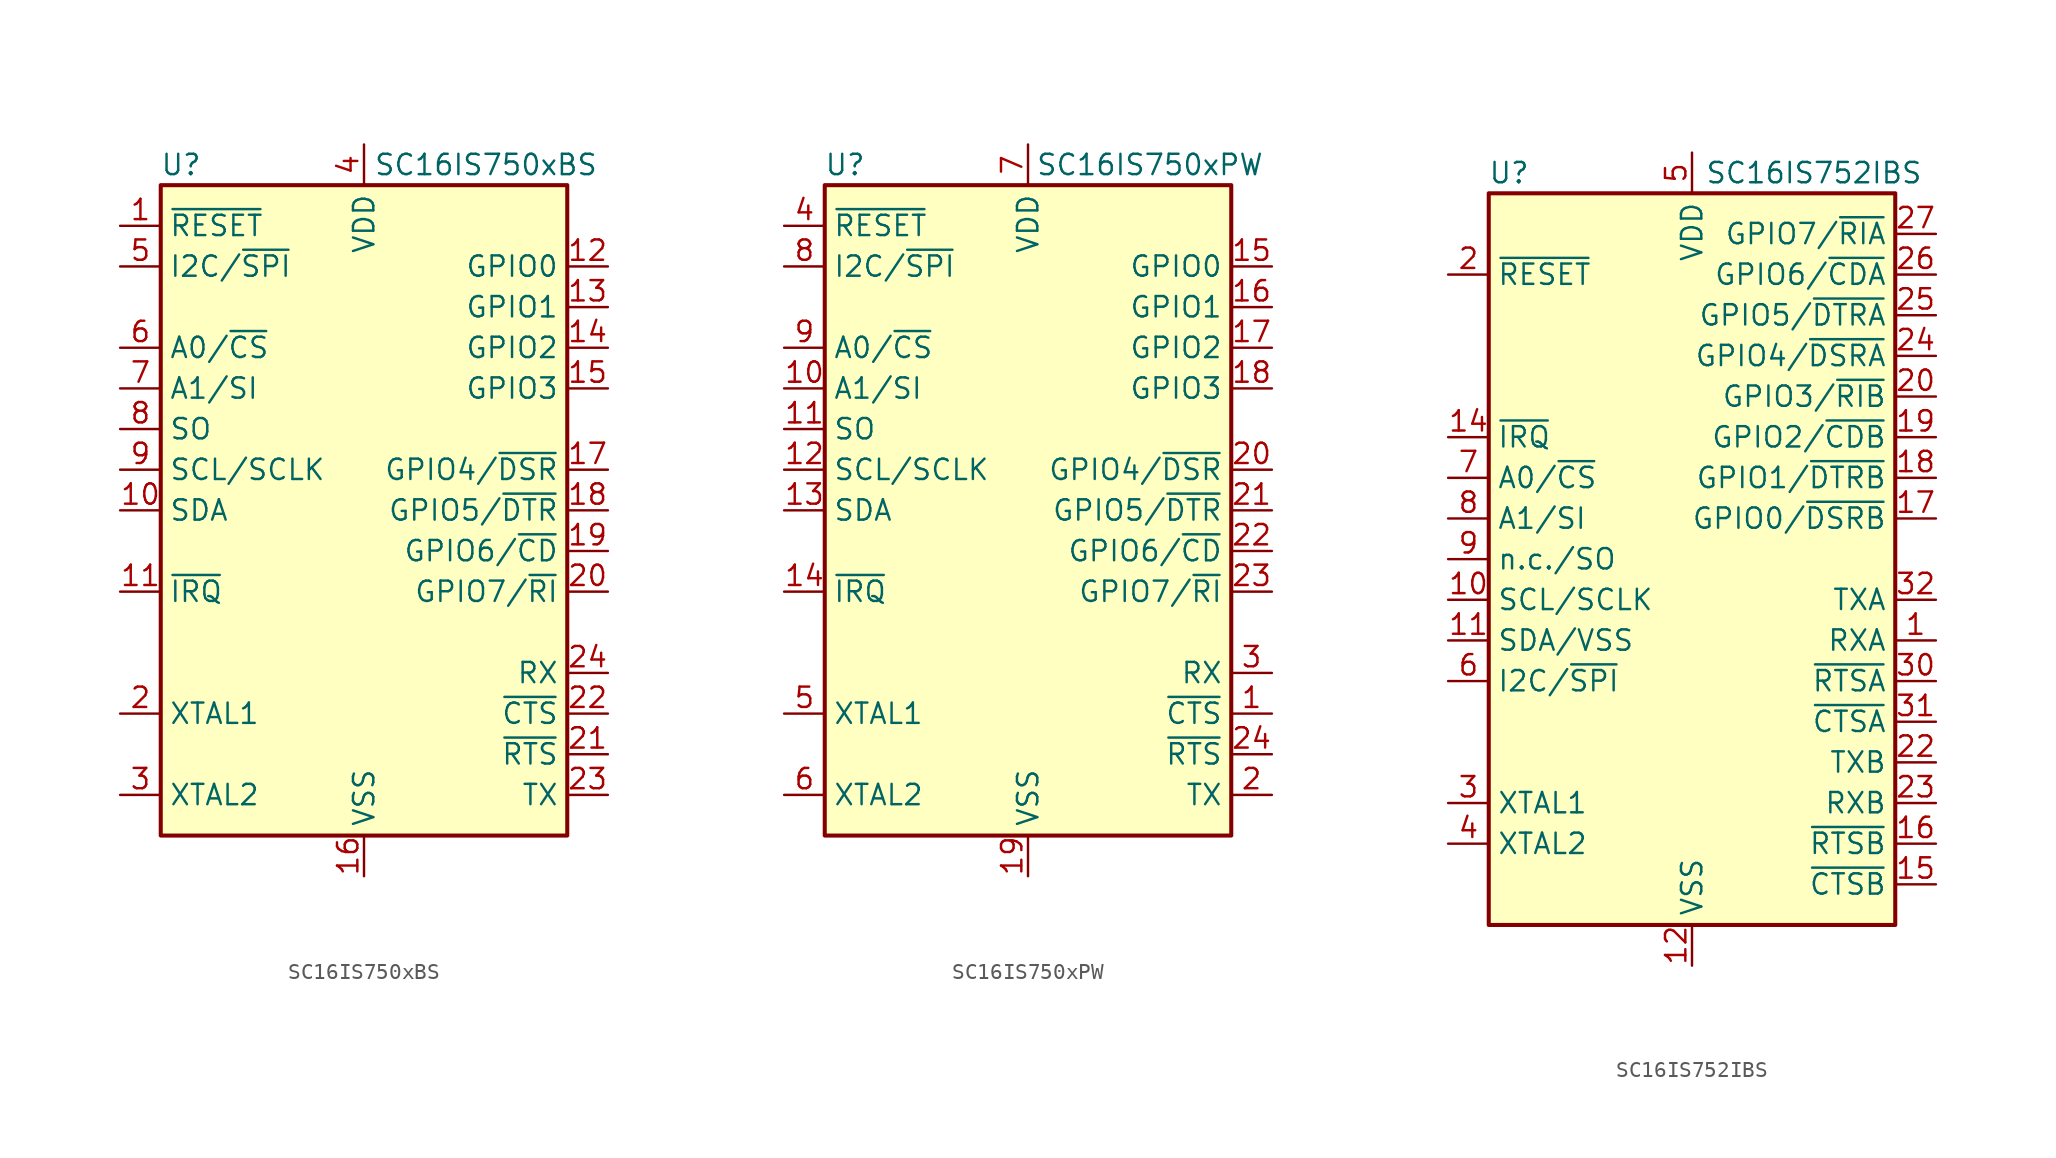
<source format=kicad_sym>
(kicad_symbol_lib
  (version 20201005)
  (generator kicad_symbol_editor)
  (symbol "Interface_UART:SC16IS750xBS"
    (property "Reference" "U"
      (at -11.43 21.59 0)
      (effects (font (size 1.27 1.27))))
    (property "Value" "SC16IS750xBS"
      (at 7.62 21.59 0)
      (effects (font (size 1.27 1.27))))
    (symbol "SC16IS750xBS_0_1"
      (rectangle (start -12.7 20.32) (end 12.7 -20.32) (stroke (width 0.254)) (fill (type background))))
    (symbol "SC16IS750xBS_1_1"
      (pin input line (at -15.24 17.78 0) (length 2.54) (name "~RESET" (effects (font (size 1.27 1.27)))) (number "1" (effects (font (size 1.27 1.27)))))
      (pin bidirectional line (at -15.24 0 0) (length 2.54) (name "SDA" (effects (font (size 1.27 1.27)))) (number "10" (effects (font (size 1.27 1.27)))))
      (pin open_collector line (at -15.24 -5.08 0) (length 2.54) (name "~IRQ" (effects (font (size 1.27 1.27)))) (number "11" (effects (font (size 1.27 1.27)))))
      (pin bidirectional line (at 15.24 15.24 180) (length 2.54) (name "GPIO0" (effects (font (size 1.27 1.27)))) (number "12" (effects (font (size 1.27 1.27)))))
      (pin bidirectional line (at 15.24 12.7 180) (length 2.54) (name "GPIO1" (effects (font (size 1.27 1.27)))) (number "13" (effects (font (size 1.27 1.27)))))
      (pin bidirectional line (at 15.24 10.16 180) (length 2.54) (name "GPIO2" (effects (font (size 1.27 1.27)))) (number "14" (effects (font (size 1.27 1.27)))))
      (pin bidirectional line (at 15.24 7.62 180) (length 2.54) (name "GPIO3" (effects (font (size 1.27 1.27)))) (number "15" (effects (font (size 1.27 1.27)))))
      (pin power_in line (at 0 -22.86 90) (length 2.54) (name "VSS" (effects (font (size 1.27 1.27)))) (number "16" (effects (font (size 1.27 1.27)))))
      (pin bidirectional line (at 15.24 2.54 180) (length 2.54) (name "GPIO4/~DSR" (effects (font (size 1.27 1.27)))) (number "17" (effects (font (size 1.27 1.27)))))
      (pin bidirectional line (at 15.24 0 180) (length 2.54) (name "GPIO5/~DTR" (effects (font (size 1.27 1.27)))) (number "18" (effects (font (size 1.27 1.27)))))
      (pin bidirectional line (at 15.24 -2.54 180) (length 2.54) (name "GPIO6/~CD" (effects (font (size 1.27 1.27)))) (number "19" (effects (font (size 1.27 1.27)))))
      (pin input line (at -15.24 -12.7 0) (length 2.54) (name "XTAL1" (effects (font (size 1.27 1.27)))) (number "2" (effects (font (size 1.27 1.27)))))
      (pin bidirectional line (at 15.24 -5.08 180) (length 2.54) (name "GPIO7/~RI" (effects (font (size 1.27 1.27)))) (number "20" (effects (font (size 1.27 1.27)))))
      (pin output line (at 15.24 -15.24 180) (length 2.54) (name "~RTS" (effects (font (size 1.27 1.27)))) (number "21" (effects (font (size 1.27 1.27)))))
      (pin input line (at 15.24 -12.7 180) (length 2.54) (name "~CTS" (effects (font (size 1.27 1.27)))) (number "22" (effects (font (size 1.27 1.27)))))
      (pin output line (at 15.24 -17.78 180) (length 2.54) (name "TX" (effects (font (size 1.27 1.27)))) (number "23" (effects (font (size 1.27 1.27)))))
      (pin input line (at 15.24 -10.16 180) (length 2.54) (name "RX" (effects (font (size 1.27 1.27)))) (number "24" (effects (font (size 1.27 1.27)))))
      (pin passive line (at 0 -22.86 90) (length 2.54) hide (name "VSS" (effects (font (size 1.27 1.27)))) (number "25" (effects (font (size 1.27 1.27)))))
      (pin output line (at -15.24 -17.78 0) (length 2.54) (name "XTAL2" (effects (font (size 1.27 1.27)))) (number "3" (effects (font (size 1.27 1.27)))))
      (pin power_in line (at 0 22.86 270) (length 2.54) (name "VDD" (effects (font (size 1.27 1.27)))) (number "4" (effects (font (size 1.27 1.27)))))
      (pin input line (at -15.24 15.24 0) (length 2.54) (name "I2C/~SPI" (effects (font (size 1.27 1.27)))) (number "5" (effects (font (size 1.27 1.27)))))
      (pin input line (at -15.24 10.16 0) (length 2.54) (name "A0/~CS" (effects (font (size 1.27 1.27)))) (number "6" (effects (font (size 1.27 1.27)))))
      (pin input line (at -15.24 7.62 0) (length 2.54) (name "A1/SI" (effects (font (size 1.27 1.27)))) (number "7" (effects (font (size 1.27 1.27)))))
      (pin output line (at -15.24 5.08 0) (length 2.54) (name "SO" (effects (font (size 1.27 1.27)))) (number "8" (effects (font (size 1.27 1.27)))))
      (pin input line (at -15.24 2.54 0) (length 2.54) (name "SCL/SCLK" (effects (font (size 1.27 1.27)))) (number "9" (effects (font (size 1.27 1.27)))))))
  (symbol "Interface_UART:SC16IS750xPW"
    (property "Reference" "U"
      (at -11.43 21.59 0)
      (effects (font (size 1.27 1.27))))
    (property "Value" "SC16IS750xPW"
      (at 7.62 21.59 0)
      (effects (font (size 1.27 1.27))))
    (symbol "SC16IS750xPW_0_1"
      (rectangle (start -12.7 20.32) (end 12.7 -20.32) (stroke (width 0.254)) (fill (type background))))
    (symbol "SC16IS750xPW_1_1"
      (pin input line (at 15.24 -12.7 180) (length 2.54) (name "~CTS" (effects (font (size 1.27 1.27)))) (number "1" (effects (font (size 1.27 1.27)))))
      (pin input line (at -15.24 7.62 0) (length 2.54) (name "A1/SI" (effects (font (size 1.27 1.27)))) (number "10" (effects (font (size 1.27 1.27)))))
      (pin output line (at -15.24 5.08 0) (length 2.54) (name "SO" (effects (font (size 1.27 1.27)))) (number "11" (effects (font (size 1.27 1.27)))))
      (pin input line (at -15.24 2.54 0) (length 2.54) (name "SCL/SCLK" (effects (font (size 1.27 1.27)))) (number "12" (effects (font (size 1.27 1.27)))))
      (pin bidirectional line (at -15.24 0 0) (length 2.54) (name "SDA" (effects (font (size 1.27 1.27)))) (number "13" (effects (font (size 1.27 1.27)))))
      (pin open_collector line (at -15.24 -5.08 0) (length 2.54) (name "~IRQ" (effects (font (size 1.27 1.27)))) (number "14" (effects (font (size 1.27 1.27)))))
      (pin bidirectional line (at 15.24 15.24 180) (length 2.54) (name "GPIO0" (effects (font (size 1.27 1.27)))) (number "15" (effects (font (size 1.27 1.27)))))
      (pin bidirectional line (at 15.24 12.7 180) (length 2.54) (name "GPIO1" (effects (font (size 1.27 1.27)))) (number "16" (effects (font (size 1.27 1.27)))))
      (pin bidirectional line (at 15.24 10.16 180) (length 2.54) (name "GPIO2" (effects (font (size 1.27 1.27)))) (number "17" (effects (font (size 1.27 1.27)))))
      (pin bidirectional line (at 15.24 7.62 180) (length 2.54) (name "GPIO3" (effects (font (size 1.27 1.27)))) (number "18" (effects (font (size 1.27 1.27)))))
      (pin power_in line (at 0 -22.86 90) (length 2.54) (name "VSS" (effects (font (size 1.27 1.27)))) (number "19" (effects (font (size 1.27 1.27)))))
      (pin output line (at 15.24 -17.78 180) (length 2.54) (name "TX" (effects (font (size 1.27 1.27)))) (number "2" (effects (font (size 1.27 1.27)))))
      (pin bidirectional line (at 15.24 2.54 180) (length 2.54) (name "GPIO4/~DSR" (effects (font (size 1.27 1.27)))) (number "20" (effects (font (size 1.27 1.27)))))
      (pin bidirectional line (at 15.24 0 180) (length 2.54) (name "GPIO5/~DTR" (effects (font (size 1.27 1.27)))) (number "21" (effects (font (size 1.27 1.27)))))
      (pin bidirectional line (at 15.24 -2.54 180) (length 2.54) (name "GPIO6/~CD" (effects (font (size 1.27 1.27)))) (number "22" (effects (font (size 1.27 1.27)))))
      (pin bidirectional line (at 15.24 -5.08 180) (length 2.54) (name "GPIO7/~RI" (effects (font (size 1.27 1.27)))) (number "23" (effects (font (size 1.27 1.27)))))
      (pin output line (at 15.24 -15.24 180) (length 2.54) (name "~RTS" (effects (font (size 1.27 1.27)))) (number "24" (effects (font (size 1.27 1.27)))))
      (pin input line (at 15.24 -10.16 180) (length 2.54) (name "RX" (effects (font (size 1.27 1.27)))) (number "3" (effects (font (size 1.27 1.27)))))
      (pin input line (at -15.24 17.78 0) (length 2.54) (name "~RESET" (effects (font (size 1.27 1.27)))) (number "4" (effects (font (size 1.27 1.27)))))
      (pin input line (at -15.24 -12.7 0) (length 2.54) (name "XTAL1" (effects (font (size 1.27 1.27)))) (number "5" (effects (font (size 1.27 1.27)))))
      (pin output line (at -15.24 -17.78 0) (length 2.54) (name "XTAL2" (effects (font (size 1.27 1.27)))) (number "6" (effects (font (size 1.27 1.27)))))
      (pin power_in line (at 0 22.86 270) (length 2.54) (name "VDD" (effects (font (size 1.27 1.27)))) (number "7" (effects (font (size 1.27 1.27)))))
      (pin input line (at -15.24 15.24 0) (length 2.54) (name "I2C/~SPI" (effects (font (size 1.27 1.27)))) (number "8" (effects (font (size 1.27 1.27)))))
      (pin input line (at -15.24 10.16 0) (length 2.54) (name "A0/~CS" (effects (font (size 1.27 1.27)))) (number "9" (effects (font (size 1.27 1.27)))))))
  (symbol "Interface_UART:SC16IS752IBS"
    (property "Reference" "U"
      (at -11.43 24.13 0)
      (effects (font (size 1.27 1.27))))
    (property "Value" "SC16IS752IBS"
      (at 7.62 24.13 0)
      (effects (font (size 1.27 1.27))))
    (symbol "SC16IS752IBS_0_1"
      (rectangle (start -12.7 22.86) (end 12.7 -22.86) (stroke (width 0.254)) (fill (type background))))
    (symbol "SC16IS752IBS_1_1"
      (pin input line (at 15.24 -5.08 180) (length 2.54) (name "RXA" (effects (font (size 1.27 1.27)))) (number "1" (effects (font (size 1.27 1.27)))))
      (pin input line (at -15.24 -2.54 0) (length 2.54) (name "SCL/SCLK" (effects (font (size 1.27 1.27)))) (number "10" (effects (font (size 1.27 1.27)))))
      (pin bidirectional line (at -15.24 -5.08 0) (length 2.54) (name "SDA/VSS" (effects (font (size 1.27 1.27)))) (number "11" (effects (font (size 1.27 1.27)))))
      (pin power_in line (at 0 -25.4 90) (length 2.54) (name "VSS" (effects (font (size 1.27 1.27)))) (number "12" (effects (font (size 1.27 1.27)))))
      (pin passive line (at 0 25.4 270) (length 2.54) hide (name "VDD" (effects (font (size 1.27 1.27)))) (number "13" (effects (font (size 1.27 1.27)))))
      (pin open_collector line (at -15.24 7.62 0) (length 2.54) (name "~IRQ" (effects (font (size 1.27 1.27)))) (number "14" (effects (font (size 1.27 1.27)))))
      (pin input line (at 15.24 -20.32 180) (length 2.54) (name "~CTSB" (effects (font (size 1.27 1.27)))) (number "15" (effects (font (size 1.27 1.27)))))
      (pin output line (at 15.24 -17.78 180) (length 2.54) (name "~RTSB" (effects (font (size 1.27 1.27)))) (number "16" (effects (font (size 1.27 1.27)))))
      (pin bidirectional line (at 15.24 2.54 180) (length 2.54) (name "GPIO0/~DSRB" (effects (font (size 1.27 1.27)))) (number "17" (effects (font (size 1.27 1.27)))))
      (pin bidirectional line (at 15.24 5.08 180) (length 2.54) (name "GPIO1/~DTRB" (effects (font (size 1.27 1.27)))) (number "18" (effects (font (size 1.27 1.27)))))
      (pin bidirectional line (at 15.24 7.62 180) (length 2.54) (name "GPIO2/~CDB" (effects (font (size 1.27 1.27)))) (number "19" (effects (font (size 1.27 1.27)))))
      (pin input line (at -15.24 17.78 0) (length 2.54) (name "~RESET" (effects (font (size 1.27 1.27)))) (number "2" (effects (font (size 1.27 1.27)))))
      (pin bidirectional line (at 15.24 10.16 180) (length 2.54) (name "GPIO3/~RIB" (effects (font (size 1.27 1.27)))) (number "20" (effects (font (size 1.27 1.27)))))
      (pin passive line (at 0 -25.4 90) (length 2.54) hide (name "VSS" (effects (font (size 1.27 1.27)))) (number "21" (effects (font (size 1.27 1.27)))))
      (pin output line (at 15.24 -12.7 180) (length 2.54) (name "TXB" (effects (font (size 1.27 1.27)))) (number "22" (effects (font (size 1.27 1.27)))))
      (pin input line (at 15.24 -15.24 180) (length 2.54) (name "RXB" (effects (font (size 1.27 1.27)))) (number "23" (effects (font (size 1.27 1.27)))))
      (pin bidirectional line (at 15.24 12.7 180) (length 2.54) (name "GPIO4/~DSRA" (effects (font (size 1.27 1.27)))) (number "24" (effects (font (size 1.27 1.27)))))
      (pin bidirectional line (at 15.24 15.24 180) (length 2.54) (name "GPIO5/~DTRA" (effects (font (size 1.27 1.27)))) (number "25" (effects (font (size 1.27 1.27)))))
      (pin bidirectional line (at 15.24 17.78 180) (length 2.54) (name "GPIO6/~CDA" (effects (font (size 1.27 1.27)))) (number "26" (effects (font (size 1.27 1.27)))))
      (pin bidirectional line (at 15.24 20.32 180) (length 2.54) (name "GPIO7/~RIA" (effects (font (size 1.27 1.27)))) (number "27" (effects (font (size 1.27 1.27)))))
      (pin passive line (at 0 25.4 270) (length 2.54) hide (name "VDD" (effects (font (size 1.27 1.27)))) (number "28" (effects (font (size 1.27 1.27)))))
      (pin passive line (at 0 -25.4 90) (length 2.54) hide (name "VSS" (effects (font (size 1.27 1.27)))) (number "29" (effects (font (size 1.27 1.27)))))
      (pin input line (at -15.24 -15.24 0) (length 2.54) (name "XTAL1" (effects (font (size 1.27 1.27)))) (number "3" (effects (font (size 1.27 1.27)))))
      (pin output line (at 15.24 -7.62 180) (length 2.54) (name "~RTSA" (effects (font (size 1.27 1.27)))) (number "30" (effects (font (size 1.27 1.27)))))
      (pin input line (at 15.24 -10.16 180) (length 2.54) (name "~CTSA" (effects (font (size 1.27 1.27)))) (number "31" (effects (font (size 1.27 1.27)))))
      (pin output line (at 15.24 -2.54 180) (length 2.54) (name "TXA" (effects (font (size 1.27 1.27)))) (number "32" (effects (font (size 1.27 1.27)))))
      (pin passive line (at 0 -25.4 90) (length 2.54) hide (name "VSS" (effects (font (size 1.27 1.27)))) (number "33" (effects (font (size 1.27 1.27)))))
      (pin output line (at -15.24 -17.78 0) (length 2.54) (name "XTAL2" (effects (font (size 1.27 1.27)))) (number "4" (effects (font (size 1.27 1.27)))))
      (pin power_in line (at 0 25.4 270) (length 2.54) (name "VDD" (effects (font (size 1.27 1.27)))) (number "5" (effects (font (size 1.27 1.27)))))
      (pin input line (at -15.24 -7.62 0) (length 2.54) (name "I2C/~SPI" (effects (font (size 1.27 1.27)))) (number "6" (effects (font (size 1.27 1.27)))))
      (pin input line (at -15.24 5.08 0) (length 2.54) (name "A0/~CS" (effects (font (size 1.27 1.27)))) (number "7" (effects (font (size 1.27 1.27)))))
      (pin input line (at -15.24 2.54 0) (length 2.54) (name "A1/SI" (effects (font (size 1.27 1.27)))) (number "8" (effects (font (size 1.27 1.27)))))
      (pin output line (at -15.24 0 0) (length 2.54) (name "n.c./SO" (effects (font (size 1.27 1.27)))) (number "9" (effects (font (size 1.27 1.27))))))))
</source>
